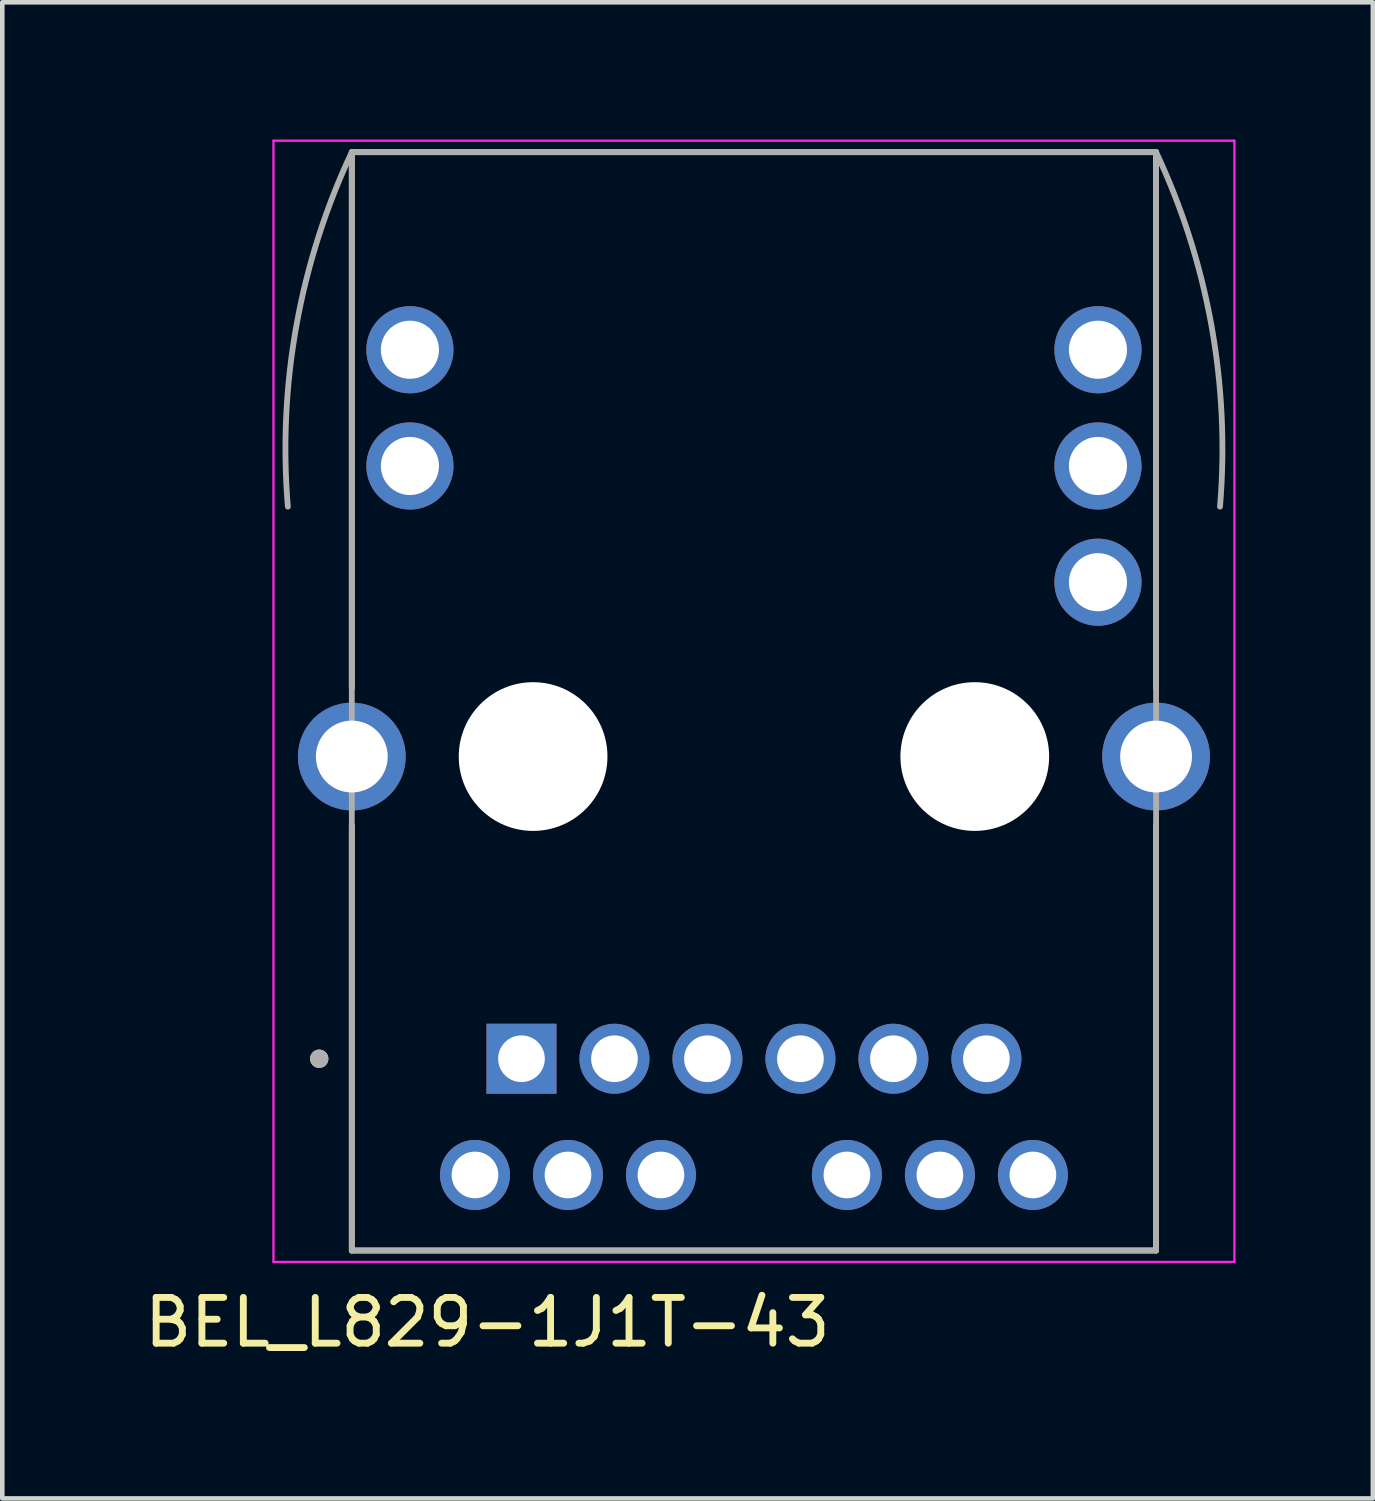
<source format=kicad_pcb>
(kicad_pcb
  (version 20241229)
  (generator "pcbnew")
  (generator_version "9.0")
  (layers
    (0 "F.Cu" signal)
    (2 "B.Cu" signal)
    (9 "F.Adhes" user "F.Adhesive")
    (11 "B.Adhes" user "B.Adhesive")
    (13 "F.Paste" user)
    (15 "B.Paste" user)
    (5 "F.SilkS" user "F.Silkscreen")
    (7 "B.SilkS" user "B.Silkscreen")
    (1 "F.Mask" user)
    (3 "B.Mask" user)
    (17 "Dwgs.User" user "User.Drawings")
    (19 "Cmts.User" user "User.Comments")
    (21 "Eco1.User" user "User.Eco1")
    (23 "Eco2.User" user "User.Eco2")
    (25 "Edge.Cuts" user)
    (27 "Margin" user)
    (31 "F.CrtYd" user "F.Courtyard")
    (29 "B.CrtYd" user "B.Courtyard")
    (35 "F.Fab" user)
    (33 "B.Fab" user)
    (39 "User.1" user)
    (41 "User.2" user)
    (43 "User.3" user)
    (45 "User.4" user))
  (footprint "BEL_L829-1J1T-43"
    (layer "F.Cu")
    (at 13.426 13.483)
    (property "Reference" "BEL_L829-1J1T-43" (at -5.825 12.365 0) (layer "F.SilkS") (effects (font (size 1 1) (thickness 0.15))))
    (attr through_hole)
    (fp_line (start -8.788 -1.5) (end -8.788 -13.208) (stroke (width 0.127) (type solid)) (layer "F.SilkS"))
    (fp_line (start -8.788 10.795) (end -8.788 1.5) (stroke (width 0.127) (type solid)) (layer "F.SilkS"))
    (fp_line (start -8.788 10.795) (end 8.788 10.795) (stroke (width 0.127) (type solid)) (layer "F.SilkS"))
    (fp_line (start 8.788 -13.208) (end -8.788 -13.208) (stroke (width 0.127) (type solid)) (layer "F.SilkS"))
    (fp_line (start 8.788 -1.5) (end 8.788 -13.208) (stroke (width 0.127) (type solid)) (layer "F.SilkS"))
    (fp_line (start 8.788 10.795) (end 8.788 1.5) (stroke (width 0.127) (type solid)) (layer "F.SilkS"))
    (fp_circle (center -9.5 6.604) (end -9.4 6.604) (stroke (width 0.2) (type solid)) (fill no) (layer "F.SilkS"))
    (fp_line (start -10.5 -13.458) (end 10.5 -13.458) (stroke (width 0.05) (type solid)) (layer "F.CrtYd"))
    (fp_line (start -10.5 11.045) (end -10.5 -13.458) (stroke (width 0.05) (type solid)) (layer "F.CrtYd"))
    (fp_line (start 10.5 -13.458) (end 10.5 11.045) (stroke (width 0.05) (type solid)) (layer "F.CrtYd"))
    (fp_line (start 10.5 11.045) (end -10.5 11.045) (stroke (width 0.05) (type solid)) (layer "F.CrtYd"))
    (fp_line (start -8.788 -13.208) (end -8.788 10.795) (stroke (width 0.127) (type solid)) (layer "F.Fab"))
    (fp_line (start -8.788 10.795) (end 8.788 10.795) (stroke (width 0.127) (type solid)) (layer "F.Fab"))
    (fp_line (start 8.788 -13.208) (end -8.788 -13.208) (stroke (width 0.127) (type solid)) (layer "F.Fab"))
    (fp_line (start 8.788 10.795) (end 8.788 -13.208) (stroke (width 0.127) (type solid)) (layer "F.Fab"))
    (fp_arc (start -10.1854 -5.461) (mid -9.996856 -9.426459) (end -8.7884 -13.208) (stroke (width 0.127) (type solid)) (layer "F.Fab"))
    (fp_arc (start 8.7884 -13.208) (mid 9.996856 -9.426459) (end 10.1854 -5.461) (stroke (width 0.127) (type solid)) (layer "F.Fab"))
    (fp_circle (center -9.5 6.604) (end -9.4 6.604) (stroke (width 0.2) (type solid)) (fill no) (layer "F.Fab"))
    (pad "" np_thru_hole circle (at -4.826 0) (size 3.25 3.25) (drill 3.25) (layers "*.Cu" "*.Mask"))
    (pad "" np_thru_hole circle (at 4.826 0) (size 3.25 3.25) (drill 3.25) (layers "*.Cu" "*.Mask"))
    (pad "1" thru_hole rect (at -5.08 6.604) (size 1.53 1.53) (drill 1.02) (layers "*.Cu" "*.Mask"))
    (pad "2" thru_hole circle (at -3.048 6.604) (size 1.53 1.53) (drill 1.02) (layers "*.Cu" "*.Mask"))
    (pad "3" thru_hole circle (at -1.016 6.604) (size 1.53 1.53) (drill 1.02) (layers "*.Cu" "*.Mask"))
    (pad "4" thru_hole circle (at 1.016 6.604) (size 1.53 1.53) (drill 1.02) (layers "*.Cu" "*.Mask"))
    (pad "5" thru_hole circle (at 3.048 6.604) (size 1.53 1.53) (drill 1.02) (layers "*.Cu" "*.Mask"))
    (pad "6" thru_hole circle (at 5.08 6.604) (size 1.53 1.53) (drill 1.02) (layers "*.Cu" "*.Mask"))
    (pad "7" thru_hole circle (at -6.096 9.144) (size 1.53 1.53) (drill 1.02) (layers "*.Cu" "*.Mask"))
    (pad "8" thru_hole circle (at -4.064 9.144) (size 1.53 1.53) (drill 1.02) (layers "*.Cu" "*.Mask"))
    (pad "9" thru_hole circle (at -2.032 9.144) (size 1.53 1.53) (drill 1.02) (layers "*.Cu" "*.Mask"))
    (pad "10" thru_hole circle (at 2.032 9.144) (size 1.53 1.53) (drill 1.02) (layers "*.Cu" "*.Mask"))
    (pad "11" thru_hole circle (at 4.064 9.144) (size 1.53 1.53) (drill 1.02) (layers "*.Cu" "*.Mask"))
    (pad "12" thru_hole circle (at 6.096 9.144) (size 1.53 1.53) (drill 1.02) (layers "*.Cu" "*.Mask"))
    (pad "13" thru_hole circle (at -7.518 -6.35) (size 1.905 1.905) (drill 1.27) (layers "*.Cu" "*.Mask"))
    (pad "14" thru_hole circle (at -7.518 -8.89) (size 1.905 1.905) (drill 1.27) (layers "*.Cu" "*.Mask"))
    (pad "15" thru_hole circle (at 7.518 -3.81) (size 1.905 1.905) (drill 1.27) (layers "*.Cu" "*.Mask"))
    (pad "16" thru_hole circle (at 7.518 -6.35) (size 1.905 1.905) (drill 1.27) (layers "*.Cu" "*.Mask"))
    (pad "17" thru_hole circle (at 7.518 -8.89) (size 1.905 1.905) (drill 1.27) (layers "*.Cu" "*.Mask"))
    (pad "S1" thru_hole circle (at -8.788 0) (size 2.355 2.355) (drill 1.57) (layers "*.Cu" "*.Mask"))
    (pad "S2" thru_hole circle (at 8.788 0) (size 2.355 2.355) (drill 1.57) (layers "*.Cu" "*.Mask")))
  (gr_rect
    (start -3 -3)
    (end 26.951 29.696)
    (stroke (width 0.1) (type default))
    (fill no)
    (layer "Edge.Cuts")))
</source>
